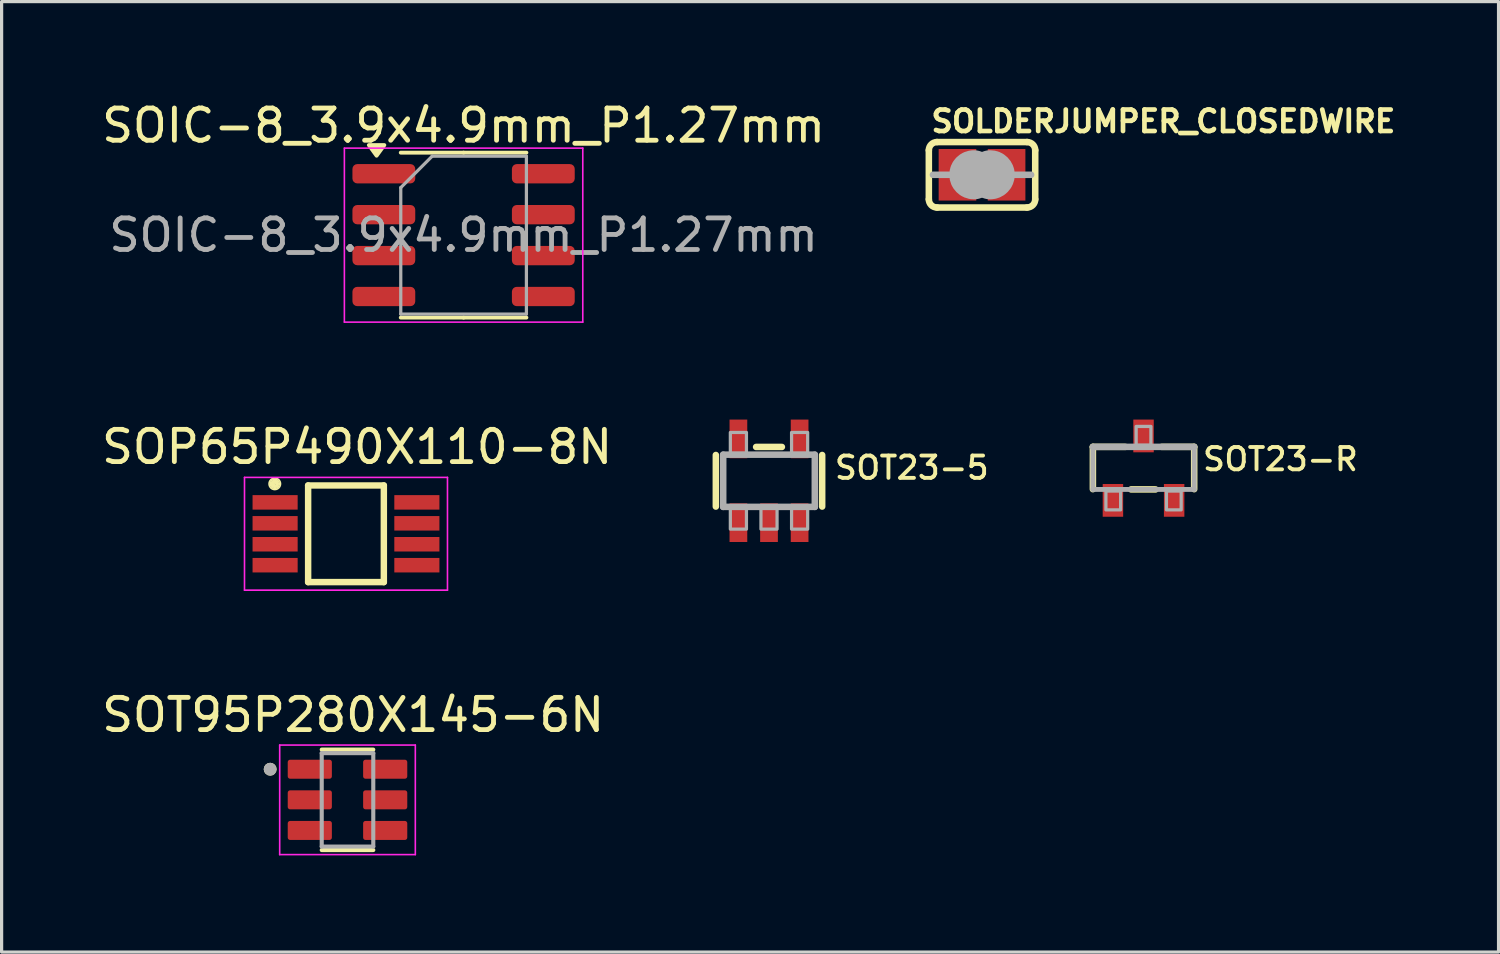
<source format=kicad_pcb>
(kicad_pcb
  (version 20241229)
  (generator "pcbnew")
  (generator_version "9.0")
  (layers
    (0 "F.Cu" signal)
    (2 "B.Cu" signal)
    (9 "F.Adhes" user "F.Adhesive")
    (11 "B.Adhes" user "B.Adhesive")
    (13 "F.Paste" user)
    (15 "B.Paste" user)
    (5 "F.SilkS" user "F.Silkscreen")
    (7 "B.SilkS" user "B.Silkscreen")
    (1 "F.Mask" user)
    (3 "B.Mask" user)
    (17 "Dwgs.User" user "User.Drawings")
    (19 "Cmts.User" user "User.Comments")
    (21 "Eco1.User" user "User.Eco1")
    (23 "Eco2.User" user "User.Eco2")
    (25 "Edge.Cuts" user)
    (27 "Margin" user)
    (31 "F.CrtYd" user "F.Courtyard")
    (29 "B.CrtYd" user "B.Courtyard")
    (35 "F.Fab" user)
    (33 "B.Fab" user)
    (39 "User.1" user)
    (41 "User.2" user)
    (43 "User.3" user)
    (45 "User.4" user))
  (footprint "SOLDERJUMPER_CLOSEDWIRE"
    (layer "F.Cu")
    (at 27.431 2.375)
    (property "Reference" "SOLDERJUMPER_CLOSEDWIRE" (at -1.651 -1.27 0) (unlocked yes) (layer "F.SilkS") (effects (font (size 0.666 0.666) (thickness 0.146)) (justify left bottom)))
    (fp_poly (pts (xy 1.397 0.889) (xy -1.397 0.889) (xy -1.397 -0.889) (xy 1.397 -0.889)) (stroke (width 0) (type default)) (fill yes) (layer "F.Mask"))
    (fp_line (start -1.651 0.762) (end -1.651 -0.762) (stroke (width 0.203) (type solid)) (layer "F.SilkS"))
    (fp_line (start -1.397 -1.016) (end 1.397 -1.016) (stroke (width 0.203) (type solid)) (layer "F.SilkS"))
    (fp_line (start 1.397 1.016) (end -1.397 1.016) (stroke (width 0.203) (type solid)) (layer "F.SilkS"))
    (fp_line (start 1.651 0.762) (end 1.651 -0.762) (stroke (width 0.203) (type solid)) (layer "F.SilkS"))
    (fp_arc (start -1.651 -0.762) (mid -1.576605 -0.941605) (end -1.397 -1.016) (stroke (width 0.2032) (type solid)) (layer "F.SilkS"))
    (fp_arc (start -1.397 1.016) (mid -1.576605 0.941605) (end -1.651 0.762) (stroke (width 0.2032) (type solid)) (layer "F.SilkS"))
    (fp_arc (start 1.397 -1.016) (mid 1.576605 -0.941605) (end 1.651 -0.762) (stroke (width 0.2032) (type solid)) (layer "F.SilkS"))
    (fp_arc (start 1.651 0.762) (mid 1.576605 0.941605) (end 1.397 1.016) (stroke (width 0.2032) (type solid)) (layer "F.SilkS"))
    (fp_line (start -1.016 0) (end -1.524 0) (stroke (width 0.203) (type solid)) (layer "F.Fab"))
    (fp_line (start 1.016 0) (end 1.524 0) (stroke (width 0.203) (type solid)) (layer "F.Fab"))
    (fp_arc (start -0.254 0.127) (mid -0.381 0) (end -0.254 -0.127) (stroke (width 1.27) (type solid)) (layer "F.Fab"))
    (fp_arc (start 0.254 -0.127) (mid 0.381 0) (end 0.254 0.127) (stroke (width 1.27) (type solid)) (layer "F.Fab"))
    (pad "1" smd rect (at -0.762 0) (size 1.168 1.6) (layers "F.Cu"))
    (pad "2" smd rect (at 0.762 0) (size 1.168 1.6) (layers "F.Cu"))
    (pad "WIRE" smd rect (at 0 0 180) (size 0.635 0.203) (layers "F.Cu")))
  (footprint "SOIC-8_3.9x4.9mm_P1.27mm"
    (layer "F.Cu")
    (at 11.339 4.248)
    (property "Reference" "SOIC-8_3.9x4.9mm_P1.27mm" (at 0 -3.4 0) (layer "F.SilkS") (effects (font (size 1 1) (thickness 0.15))))
    (attr smd)
    (fp_line (start 0 -2.56) (end -1.95 -2.56) (stroke (width 0.12) (type solid)) (layer "F.SilkS"))
    (fp_line (start 0 -2.56) (end 1.95 -2.56) (stroke (width 0.12) (type solid)) (layer "F.SilkS"))
    (fp_line (start 0 2.56) (end -1.95 2.56) (stroke (width 0.12) (type solid)) (layer "F.SilkS"))
    (fp_line (start 0 2.56) (end 1.95 2.56) (stroke (width 0.12) (type solid)) (layer "F.SilkS"))
    (fp_poly (pts (xy -2.7 -2.465) (xy -2.94 -2.795) (xy -2.46 -2.795) (xy -2.7 -2.465)) (stroke (width 0.12) (type solid)) (fill yes) (layer "F.SilkS"))
    (fp_line (start -3.7 -2.7) (end -3.7 2.7) (stroke (width 0.05) (type solid)) (layer "F.CrtYd"))
    (fp_line (start -3.7 2.7) (end 3.7 2.7) (stroke (width 0.05) (type solid)) (layer "F.CrtYd"))
    (fp_line (start 3.7 -2.7) (end -3.7 -2.7) (stroke (width 0.05) (type solid)) (layer "F.CrtYd"))
    (fp_line (start 3.7 2.7) (end 3.7 -2.7) (stroke (width 0.05) (type solid)) (layer "F.CrtYd"))
    (fp_line (start -1.95 -1.475) (end -0.975 -2.45) (stroke (width 0.1) (type solid)) (layer "F.Fab"))
    (fp_line (start -1.95 2.45) (end -1.95 -1.475) (stroke (width 0.1) (type solid)) (layer "F.Fab"))
    (fp_line (start -0.975 -2.45) (end 1.95 -2.45) (stroke (width 0.1) (type solid)) (layer "F.Fab"))
    (fp_line (start 1.95 -2.45) (end 1.95 2.45) (stroke (width 0.1) (type solid)) (layer "F.Fab"))
    (fp_line (start 1.95 2.45) (end -1.95 2.45) (stroke (width 0.1) (type solid)) (layer "F.Fab"))
    (fp_text user "${REFERENCE}" (at 0 0 0) (layer "F.Fab") (effects (font (size 0.98 0.98) (thickness 0.15))))
    (pad "1" smd roundrect (at -2.475 -1.905) (size 1.95 0.6) (layers "F.Cu" "F.Mask" "F.Paste") (roundrect_rratio 0.25))
    (pad "2" smd roundrect (at -2.475 -0.635) (size 1.95 0.6) (layers "F.Cu" "F.Mask" "F.Paste") (roundrect_rratio 0.25))
    (pad "3" smd roundrect (at -2.475 0.635) (size 1.95 0.6) (layers "F.Cu" "F.Mask" "F.Paste") (roundrect_rratio 0.25))
    (pad "4" smd roundrect (at -2.475 1.905) (size 1.95 0.6) (layers "F.Cu" "F.Mask" "F.Paste") (roundrect_rratio 0.25))
    (pad "5" smd roundrect (at 2.475 1.905) (size 1.95 0.6) (layers "F.Cu" "F.Mask" "F.Paste") (roundrect_rratio 0.25))
    (pad "6" smd roundrect (at 2.475 0.635) (size 1.95 0.6) (layers "F.Cu" "F.Mask" "F.Paste") (roundrect_rratio 0.25))
    (pad "7" smd roundrect (at 2.475 -0.635) (size 1.95 0.6) (layers "F.Cu" "F.Mask" "F.Paste") (roundrect_rratio 0.25))
    (pad "8" smd roundrect (at 2.475 -1.905) (size 1.95 0.6) (layers "F.Cu" "F.Mask" "F.Paste") (roundrect_rratio 0.25)))
  (footprint "SOT95P280X145-6N"
    (layer "F.Cu")
    (at 7.736 21.776)
    (property "Reference" "SOT95P280X145-6N" (at 0.175 -2.635 0) (layer "F.SilkS") (effects (font (size 1 1) (thickness 0.15))))
    (attr smd)
    (fp_line (start -0.8 1.559) (end 0.8 1.559) (stroke (width 0.127) (type solid)) (layer "F.SilkS"))
    (fp_line (start 0.8 -1.559) (end -0.8 -1.559) (stroke (width 0.127) (type solid)) (layer "F.SilkS"))
    (fp_circle (center -2.4 -0.95) (end -2.3 -0.95) (stroke (width 0.2) (type solid)) (fill no) (layer "F.SilkS"))
    (fp_line (start -2.105 -1.7) (end -2.105 1.7) (stroke (width 0.05) (type solid)) (layer "F.CrtYd"))
    (fp_line (start -2.105 1.7) (end 2.105 1.7) (stroke (width 0.05) (type solid)) (layer "F.CrtYd"))
    (fp_line (start 2.105 -1.7) (end -2.105 -1.7) (stroke (width 0.05) (type solid)) (layer "F.CrtYd"))
    (fp_line (start 2.105 1.7) (end 2.105 -1.7) (stroke (width 0.05) (type solid)) (layer "F.CrtYd"))
    (fp_line (start -0.8 -1.45) (end -0.8 1.45) (stroke (width 0.127) (type solid)) (layer "F.Fab"))
    (fp_line (start -0.8 1.45) (end 0.8 1.45) (stroke (width 0.127) (type solid)) (layer "F.Fab"))
    (fp_line (start 0.8 -1.45) (end -0.8 -1.45) (stroke (width 0.127) (type solid)) (layer "F.Fab"))
    (fp_line (start 0.8 1.45) (end 0.8 -1.45) (stroke (width 0.127) (type solid)) (layer "F.Fab"))
    (fp_circle (center -2.4 -0.95) (end -2.3 -0.95) (stroke (width 0.2) (type solid)) (fill no) (layer "F.Fab"))
    (pad "1" smd roundrect (at -1.17 -0.95) (size 1.37 0.59) (layers "F.Cu" "F.Mask" "F.Paste") (roundrect_rratio 0.125))
    (pad "2" smd roundrect (at -1.17 0) (size 1.37 0.59) (layers "F.Cu" "F.Mask" "F.Paste") (roundrect_rratio 0.125))
    (pad "3" smd roundrect (at -1.17 0.95) (size 1.37 0.59) (layers "F.Cu" "F.Mask" "F.Paste") (roundrect_rratio 0.125))
    (pad "4" smd roundrect (at 1.17 0.95) (size 1.37 0.59) (layers "F.Cu" "F.Mask" "F.Paste") (roundrect_rratio 0.125))
    (pad "5" smd roundrect (at 1.17 0) (size 1.37 0.59) (layers "F.Cu" "F.Mask" "F.Paste") (roundrect_rratio 0.125))
    (pad "6" smd roundrect (at 1.17 -0.95) (size 1.37 0.59) (layers "F.Cu" "F.Mask" "F.Paste") (roundrect_rratio 0.125)))
  (footprint "SOP65P490X110-8N"
    (layer "F.Cu")
    (at 7.689 13.518)
    (property "Reference" "SOP65P490X110-8N" (at 0.345 -2.696 0) (layer "F.SilkS") (effects (font (size 1.001 1.001) (thickness 0.15))))
    (attr smd)
    (fp_line (start -1.175 -1.5) (end -1.175 1.5) (stroke (width 0.2) (type solid)) (layer "F.SilkS"))
    (fp_line (start -1.175 1.5) (end 1.175 1.5) (stroke (width 0.2) (type solid)) (layer "F.SilkS"))
    (fp_line (start 1.175 -1.5) (end -1.175 -1.5) (stroke (width 0.2) (type solid)) (layer "F.SilkS"))
    (fp_line (start 1.175 1.5) (end 1.175 -1.5) (stroke (width 0.2) (type solid)) (layer "F.SilkS"))
    (fp_circle (center -2.23 -1.57) (end -2.194 -1.57) (stroke (width 0.05) (type solid)) (fill no) (layer "F.SilkS"))
    (fp_circle (center -2.21 -1.55) (end -2.152 -1.55) (stroke (width 0.05) (type solid)) (fill no) (layer "F.SilkS"))
    (fp_circle (center -2.21 -1.55) (end -2.143 -1.55) (stroke (width 0.05) (type solid)) (fill no) (layer "F.SilkS"))
    (fp_circle (center -2.21 -1.55) (end -2.121 -1.55) (stroke (width 0.05) (type solid)) (fill no) (layer "F.SilkS"))
    (fp_circle (center -2.21 -1.55) (end -2.102 -1.55) (stroke (width 0.05) (type solid)) (fill no) (layer "F.SilkS"))
    (fp_circle (center -2.21 -1.55) (end -2.069 -1.55) (stroke (width 0.05) (type solid)) (fill no) (layer "F.SilkS"))
    (fp_circle (center -2.21 -1.55) (end -2.032 -1.55) (stroke (width 0.05) (type solid)) (fill no) (layer "F.SilkS"))
    (fp_circle (center -2.2 -1.54) (end -2.16 -1.54) (stroke (width 0.05) (type solid)) (fill no) (layer "F.SilkS"))
    (fp_line (start -3.15 -1.75) (end 3.15 -1.75) (stroke (width 0.05) (type solid)) (layer "F.CrtYd"))
    (fp_line (start -3.15 1.75) (end -3.15 -1.75) (stroke (width 0.05) (type solid)) (layer "F.CrtYd"))
    (fp_line (start 3.15 -1.75) (end 3.15 1.75) (stroke (width 0.05) (type solid)) (layer "F.CrtYd"))
    (fp_line (start 3.15 1.75) (end -3.15 1.75) (stroke (width 0.05) (type solid)) (layer "F.CrtYd"))
    (pad "1" smd rect (at -2.2 -0.975) (size 1.4 0.45) (layers "F.Cu" "F.Mask" "F.Paste"))
    (pad "2" smd rect (at -2.2 -0.325) (size 1.4 0.45) (layers "F.Cu" "F.Mask" "F.Paste"))
    (pad "3" smd rect (at -2.2 0.325) (size 1.4 0.45) (layers "F.Cu" "F.Mask" "F.Paste"))
    (pad "4" smd rect (at -2.2 0.975) (size 1.4 0.45) (layers "F.Cu" "F.Mask" "F.Paste"))
    (pad "5" smd rect (at 2.2 0.975) (size 1.4 0.45) (layers "F.Cu" "F.Mask" "F.Paste"))
    (pad "6" smd rect (at 2.2 0.325) (size 1.4 0.45) (layers "F.Cu" "F.Mask" "F.Paste"))
    (pad "7" smd rect (at 2.2 -0.325) (size 1.4 0.45) (layers "F.Cu" "F.Mask" "F.Paste"))
    (pad "8" smd rect (at 2.2 -0.975) (size 1.4 0.45) (layers "F.Cu" "F.Mask" "F.Paste")))
  (footprint "SOT23-R"
    (layer "F.Cu")
    (at 32.444 11.481)
    (property "Reference" "SOT23-R" (at 1.778 0.127 0) (unlocked yes) (layer "F.SilkS") (effects (font (size 0.693 0.693) (thickness 0.12)) (justify left bottom)))
    (fp_line (start -1.572 -0.66) (end -0.564 -0.66) (stroke (width 0.203) (type solid)) (layer "F.SilkS"))
    (fp_line (start -1.572 0.652) (end -1.572 -0.66) (stroke (width 0.203) (type solid)) (layer "F.SilkS"))
    (fp_line (start 0.372 0.66) (end -0.386 0.66) (stroke (width 0.203) (type solid)) (layer "F.SilkS"))
    (fp_line (start 0.564 -0.66) (end 1.572 -0.66) (stroke (width 0.203) (type solid)) (layer "F.SilkS"))
    (fp_line (start 1.572 -0.66) (end 1.572 0.652) (stroke (width 0.203) (type solid)) (layer "F.SilkS"))
    (fp_line (start -1.572 -0.66) (end 1.572 -0.66) (stroke (width 0.203) (type solid)) (layer "F.Fab"))
    (fp_line (start -1.572 0.66) (end -1.572 -0.66) (stroke (width 0.152) (type solid)) (layer "F.Fab"))
    (fp_line (start 1.572 -0.66) (end 1.572 0.66) (stroke (width 0.152) (type solid)) (layer "F.Fab"))
    (fp_line (start 1.572 0.66) (end -1.572 0.66) (stroke (width 0.152) (type solid)) (layer "F.Fab"))
    (fp_poly (pts (xy -1.168 1.295) (xy -0.711 1.295) (xy -0.711 0.711) (xy -1.168 0.711)) (stroke (width 0.1) (type default)) (fill no) (layer "F.Fab"))
    (fp_poly (pts (xy -0.229 -0.711) (xy 0.229 -0.711) (xy 0.229 -1.295) (xy -0.229 -1.295)) (stroke (width 0.1) (type default)) (fill no) (layer "F.Fab"))
    (fp_poly (pts (xy 0.711 1.295) (xy 1.168 1.295) (xy 1.168 0.711) (xy 0.711 0.711)) (stroke (width 0.1) (type default)) (fill no) (layer "F.Fab"))
    (pad "1" smd rect (at -0.95 1) (size 0.635 1.016) (layers "F.Cu" "F.Mask" "F.Paste"))
    (pad "2" smd rect (at 0.95 1) (size 0.635 1.016) (layers "F.Cu" "F.Mask" "F.Paste"))
    (pad "3" smd rect (at 0 -1) (size 0.635 1.016) (layers "F.Cu" "F.Mask" "F.Paste")))
  (footprint "SOT23-5"
    (layer "F.Cu")
    (at 20.819 11.873)
    (property "Reference" "SOT23-5" (at 1.978 0 0) (unlocked yes) (layer "F.SilkS") (effects (font (size 0.693 0.693) (thickness 0.12)) (justify left bottom)))
    (fp_line (start -1.65 -0.8) (end -1.65 0.8) (stroke (width 0.203) (type solid)) (layer "F.SilkS"))
    (fp_line (start -0.4 -1.05) (end 0.4 -1.05) (stroke (width 0.203) (type solid)) (layer "F.SilkS"))
    (fp_line (start 1.65 -0.8) (end 1.65 0.8) (stroke (width 0.203) (type solid)) (layer "F.SilkS"))
    (fp_line (start -1.422 -0.81) (end 1.422 -0.81) (stroke (width 0.203) (type solid)) (layer "F.Fab"))
    (fp_line (start -1.422 0.81) (end -1.422 -0.81) (stroke (width 0.203) (type solid)) (layer "F.Fab"))
    (fp_line (start 1.422 -0.81) (end 1.422 0.81) (stroke (width 0.203) (type solid)) (layer "F.Fab"))
    (fp_line (start 1.422 0.81) (end -1.422 0.81) (stroke (width 0.203) (type solid)) (layer "F.Fab"))
    (fp_poly (pts (xy -1.2 -0.85) (xy -0.7 -0.85) (xy -0.7 -1.5) (xy -1.2 -1.5)) (stroke (width 0.1) (type default)) (fill no) (layer "F.Fab"))
    (fp_poly (pts (xy -1.2 1.5) (xy -0.7 1.5) (xy -0.7 0.85) (xy -1.2 0.85)) (stroke (width 0.1) (type default)) (fill no) (layer "F.Fab"))
    (fp_poly (pts (xy -0.25 1.5) (xy 0.25 1.5) (xy 0.25 0.85) (xy -0.25 0.85)) (stroke (width 0.1) (type default)) (fill no) (layer "F.Fab"))
    (fp_poly (pts (xy 0.7 -0.85) (xy 1.2 -0.85) (xy 1.2 -1.5) (xy 0.7 -1.5)) (stroke (width 0.1) (type default)) (fill no) (layer "F.Fab"))
    (fp_poly (pts (xy 0.7 1.5) (xy 1.2 1.5) (xy 1.2 0.85) (xy 0.7 0.85)) (stroke (width 0.1) (type default)) (fill no) (layer "F.Fab"))
    (pad "1" smd rect (at -0.95 1.3) (size 0.55 1.2) (layers "F.Cu" "F.Mask" "F.Paste"))
    (pad "2" smd rect (at 0 1.3) (size 0.55 1.2) (layers "F.Cu" "F.Mask" "F.Paste"))
    (pad "3" smd rect (at 0.95 1.3) (size 0.55 1.2) (layers "F.Cu" "F.Mask" "F.Paste"))
    (pad "4" smd rect (at 0.95 -1.3) (size 0.55 1.2) (layers "F.Cu" "F.Mask" "F.Paste"))
    (pad "5" smd rect (at -0.95 -1.3) (size 0.55 1.2) (layers "F.Cu" "F.Mask" "F.Paste")))
  (gr_rect
    (start -3 -3)
    (end 43.463 26.501)
    (stroke (width 0.1) (type default))
    (fill no)
    (layer "Edge.Cuts")))
</source>
